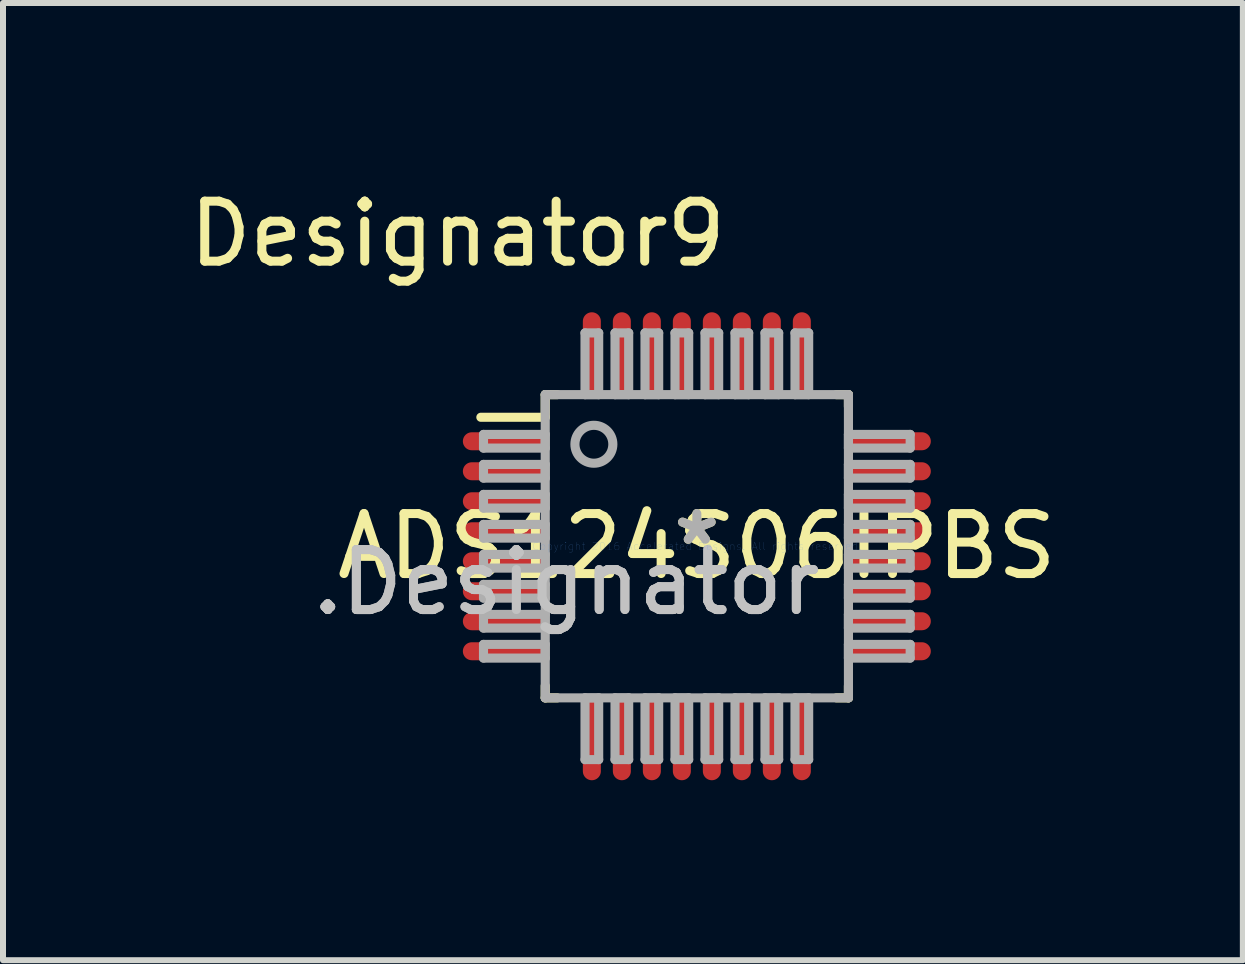
<source format=kicad_pcb>
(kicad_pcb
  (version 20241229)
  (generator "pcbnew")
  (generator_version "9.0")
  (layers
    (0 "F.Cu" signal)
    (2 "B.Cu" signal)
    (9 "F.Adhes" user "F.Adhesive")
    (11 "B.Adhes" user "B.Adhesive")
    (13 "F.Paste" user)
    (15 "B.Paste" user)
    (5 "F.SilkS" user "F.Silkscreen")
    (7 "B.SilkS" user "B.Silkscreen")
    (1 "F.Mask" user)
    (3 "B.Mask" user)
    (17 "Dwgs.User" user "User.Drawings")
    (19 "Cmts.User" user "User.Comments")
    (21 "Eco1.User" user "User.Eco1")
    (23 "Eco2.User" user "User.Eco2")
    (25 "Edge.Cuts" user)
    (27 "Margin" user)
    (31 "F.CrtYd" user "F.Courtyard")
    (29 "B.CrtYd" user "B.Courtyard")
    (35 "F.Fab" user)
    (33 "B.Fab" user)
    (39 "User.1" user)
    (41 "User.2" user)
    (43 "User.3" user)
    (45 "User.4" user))
  (footprint "ADS124S06IPBS"
    (layer "F.Cu")
    (at 8.565 6.055)
    (property "Reference" "ADS124S06IPBS" (at 0 0 0) (layer "F.SilkS") (effects (font (size 1 1) (thickness 0.15))))
    (attr through_hole)
    (fp_line (start -3.6 -2.15) (end -2.527 -2.15) (stroke (width 0.152) (type solid)) (layer "F.SilkS"))
    (fp_line (start -2.527 -2.527) (end -2.327 -2.527) (stroke (width 0.152) (type solid)) (layer "F.SilkS"))
    (fp_line (start -2.527 -2.15) (end -2.527 -2.527) (stroke (width 0.152) (type solid)) (layer "F.SilkS"))
    (fp_line (start -2.527 2.527) (end -2.527 2.327) (stroke (width 0.152) (type solid)) (layer "F.SilkS"))
    (fp_line (start -2.527 2.527) (end -2.327 2.527) (stroke (width 0.152) (type solid)) (layer "F.SilkS"))
    (fp_line (start 2.327 -2.527) (end 2.527 -2.527) (stroke (width 0.152) (type solid)) (layer "F.SilkS"))
    (fp_line (start 2.327 2.527) (end 2.527 2.527) (stroke (width 0.152) (type solid)) (layer "F.SilkS"))
    (fp_line (start 2.527 -2.327) (end 2.527 -2.527) (stroke (width 0.152) (type solid)) (layer "F.SilkS"))
    (fp_line (start 2.527 2.527) (end 2.527 2.327) (stroke (width 0.152) (type solid)) (layer "F.SilkS"))
    (fp_line (start -3.556 -1.864) (end -2.527 -1.864) (stroke (width 0.152) (type solid)) (layer "F.Fab"))
    (fp_line (start -3.556 -1.636) (end -3.556 -1.864) (stroke (width 0.152) (type solid)) (layer "F.Fab"))
    (fp_line (start -3.556 -1.636) (end -2.527 -1.636) (stroke (width 0.152) (type solid)) (layer "F.Fab"))
    (fp_line (start -3.556 -1.364) (end -2.527 -1.364) (stroke (width 0.152) (type solid)) (layer "F.Fab"))
    (fp_line (start -3.556 -1.136) (end -3.556 -1.364) (stroke (width 0.152) (type solid)) (layer "F.Fab"))
    (fp_line (start -3.556 -1.136) (end -2.527 -1.136) (stroke (width 0.152) (type solid)) (layer "F.Fab"))
    (fp_line (start -3.556 -0.864) (end -2.527 -0.864) (stroke (width 0.152) (type solid)) (layer "F.Fab"))
    (fp_line (start -3.556 -0.636) (end -3.556 -0.864) (stroke (width 0.152) (type solid)) (layer "F.Fab"))
    (fp_line (start -3.556 -0.636) (end -2.527 -0.636) (stroke (width 0.152) (type solid)) (layer "F.Fab"))
    (fp_line (start -3.556 -0.364) (end -2.527 -0.364) (stroke (width 0.152) (type solid)) (layer "F.Fab"))
    (fp_line (start -3.556 -0.136) (end -3.556 -0.364) (stroke (width 0.152) (type solid)) (layer "F.Fab"))
    (fp_line (start -3.556 -0.136) (end -2.527 -0.136) (stroke (width 0.152) (type solid)) (layer "F.Fab"))
    (fp_line (start -3.556 0.136) (end -2.527 0.136) (stroke (width 0.152) (type solid)) (layer "F.Fab"))
    (fp_line (start -3.556 0.364) (end -3.556 0.136) (stroke (width 0.152) (type solid)) (layer "F.Fab"))
    (fp_line (start -3.556 0.364) (end -2.527 0.364) (stroke (width 0.152) (type solid)) (layer "F.Fab"))
    (fp_line (start -3.556 0.636) (end -2.527 0.636) (stroke (width 0.152) (type solid)) (layer "F.Fab"))
    (fp_line (start -3.556 0.864) (end -3.556 0.636) (stroke (width 0.152) (type solid)) (layer "F.Fab"))
    (fp_line (start -3.556 0.864) (end -2.527 0.864) (stroke (width 0.152) (type solid)) (layer "F.Fab"))
    (fp_line (start -3.556 1.136) (end -2.527 1.136) (stroke (width 0.152) (type solid)) (layer "F.Fab"))
    (fp_line (start -3.556 1.364) (end -3.556 1.136) (stroke (width 0.152) (type solid)) (layer "F.Fab"))
    (fp_line (start -3.556 1.364) (end -2.527 1.364) (stroke (width 0.152) (type solid)) (layer "F.Fab"))
    (fp_line (start -3.556 1.636) (end -2.527 1.636) (stroke (width 0.152) (type solid)) (layer "F.Fab"))
    (fp_line (start -3.556 1.864) (end -3.556 1.636) (stroke (width 0.152) (type solid)) (layer "F.Fab"))
    (fp_line (start -3.556 1.864) (end -2.527 1.864) (stroke (width 0.152) (type solid)) (layer "F.Fab"))
    (fp_line (start -2.527 -2.527) (end 2.527 -2.527) (stroke (width 0.152) (type solid)) (layer "F.Fab"))
    (fp_line (start -2.527 -1.636) (end -2.527 -1.864) (stroke (width 0.152) (type solid)) (layer "F.Fab"))
    (fp_line (start -2.527 -1.136) (end -2.527 -1.364) (stroke (width 0.152) (type solid)) (layer "F.Fab"))
    (fp_line (start -2.527 -0.636) (end -2.527 -0.864) (stroke (width 0.152) (type solid)) (layer "F.Fab"))
    (fp_line (start -2.527 -0.136) (end -2.527 -0.364) (stroke (width 0.152) (type solid)) (layer "F.Fab"))
    (fp_line (start -2.527 0.364) (end -2.527 0.136) (stroke (width 0.152) (type solid)) (layer "F.Fab"))
    (fp_line (start -2.527 0.864) (end -2.527 0.636) (stroke (width 0.152) (type solid)) (layer "F.Fab"))
    (fp_line (start -2.527 1.364) (end -2.527 1.136) (stroke (width 0.152) (type solid)) (layer "F.Fab"))
    (fp_line (start -2.527 1.864) (end -2.527 1.636) (stroke (width 0.152) (type solid)) (layer "F.Fab"))
    (fp_line (start -2.527 2.527) (end -2.527 -2.527) (stroke (width 0.152) (type solid)) (layer "F.Fab"))
    (fp_line (start -2.527 2.527) (end 2.527 2.527) (stroke (width 0.152) (type solid)) (layer "F.Fab"))
    (fp_line (start -1.864 -3.556) (end -1.636 -3.556) (stroke (width 0.152) (type solid)) (layer "F.Fab"))
    (fp_line (start -1.864 -2.527) (end -1.864 -3.556) (stroke (width 0.152) (type solid)) (layer "F.Fab"))
    (fp_line (start -1.864 -2.527) (end -1.636 -2.527) (stroke (width 0.152) (type solid)) (layer "F.Fab"))
    (fp_line (start -1.864 2.527) (end -1.636 2.527) (stroke (width 0.152) (type solid)) (layer "F.Fab"))
    (fp_line (start -1.864 3.556) (end -1.864 2.527) (stroke (width 0.152) (type solid)) (layer "F.Fab"))
    (fp_line (start -1.864 3.556) (end -1.636 3.556) (stroke (width 0.152) (type solid)) (layer "F.Fab"))
    (fp_line (start -1.636 -2.527) (end -1.636 -3.556) (stroke (width 0.152) (type solid)) (layer "F.Fab"))
    (fp_line (start -1.636 3.556) (end -1.636 2.527) (stroke (width 0.152) (type solid)) (layer "F.Fab"))
    (fp_line (start -1.364 -3.556) (end -1.136 -3.556) (stroke (width 0.152) (type solid)) (layer "F.Fab"))
    (fp_line (start -1.364 -2.527) (end -1.364 -3.556) (stroke (width 0.152) (type solid)) (layer "F.Fab"))
    (fp_line (start -1.364 -2.527) (end -1.136 -2.527) (stroke (width 0.152) (type solid)) (layer "F.Fab"))
    (fp_line (start -1.364 2.527) (end -1.136 2.527) (stroke (width 0.152) (type solid)) (layer "F.Fab"))
    (fp_line (start -1.364 3.556) (end -1.364 2.527) (stroke (width 0.152) (type solid)) (layer "F.Fab"))
    (fp_line (start -1.364 3.556) (end -1.136 3.556) (stroke (width 0.152) (type solid)) (layer "F.Fab"))
    (fp_line (start -1.136 -2.527) (end -1.136 -3.556) (stroke (width 0.152) (type solid)) (layer "F.Fab"))
    (fp_line (start -1.136 3.556) (end -1.136 2.527) (stroke (width 0.152) (type solid)) (layer "F.Fab"))
    (fp_line (start -0.864 -3.556) (end -0.636 -3.556) (stroke (width 0.152) (type solid)) (layer "F.Fab"))
    (fp_line (start -0.864 -2.527) (end -0.864 -3.556) (stroke (width 0.152) (type solid)) (layer "F.Fab"))
    (fp_line (start -0.864 -2.527) (end -0.636 -2.527) (stroke (width 0.152) (type solid)) (layer "F.Fab"))
    (fp_line (start -0.864 2.527) (end -0.636 2.527) (stroke (width 0.152) (type solid)) (layer "F.Fab"))
    (fp_line (start -0.864 3.556) (end -0.864 2.527) (stroke (width 0.152) (type solid)) (layer "F.Fab"))
    (fp_line (start -0.864 3.556) (end -0.636 3.556) (stroke (width 0.152) (type solid)) (layer "F.Fab"))
    (fp_line (start -0.636 -2.527) (end -0.636 -3.556) (stroke (width 0.152) (type solid)) (layer "F.Fab"))
    (fp_line (start -0.636 3.556) (end -0.636 2.527) (stroke (width 0.152) (type solid)) (layer "F.Fab"))
    (fp_line (start -0.364 -3.556) (end -0.136 -3.556) (stroke (width 0.152) (type solid)) (layer "F.Fab"))
    (fp_line (start -0.364 -2.527) (end -0.364 -3.556) (stroke (width 0.152) (type solid)) (layer "F.Fab"))
    (fp_line (start -0.364 -2.527) (end -0.136 -2.527) (stroke (width 0.152) (type solid)) (layer "F.Fab"))
    (fp_line (start -0.364 2.527) (end -0.136 2.527) (stroke (width 0.152) (type solid)) (layer "F.Fab"))
    (fp_line (start -0.364 3.556) (end -0.364 2.527) (stroke (width 0.152) (type solid)) (layer "F.Fab"))
    (fp_line (start -0.364 3.556) (end -0.136 3.556) (stroke (width 0.152) (type solid)) (layer "F.Fab"))
    (fp_line (start -0.136 -2.527) (end -0.136 -3.556) (stroke (width 0.152) (type solid)) (layer "F.Fab"))
    (fp_line (start -0.136 3.556) (end -0.136 2.527) (stroke (width 0.152) (type solid)) (layer "F.Fab"))
    (fp_line (start 0.136 -3.556) (end 0.364 -3.556) (stroke (width 0.152) (type solid)) (layer "F.Fab"))
    (fp_line (start 0.136 -2.527) (end 0.136 -3.556) (stroke (width 0.152) (type solid)) (layer "F.Fab"))
    (fp_line (start 0.136 -2.527) (end 0.364 -2.527) (stroke (width 0.152) (type solid)) (layer "F.Fab"))
    (fp_line (start 0.136 2.527) (end 0.364 2.527) (stroke (width 0.152) (type solid)) (layer "F.Fab"))
    (fp_line (start 0.136 3.556) (end 0.136 2.527) (stroke (width 0.152) (type solid)) (layer "F.Fab"))
    (fp_line (start 0.136 3.556) (end 0.364 3.556) (stroke (width 0.152) (type solid)) (layer "F.Fab"))
    (fp_line (start 0.364 -2.527) (end 0.364 -3.556) (stroke (width 0.152) (type solid)) (layer "F.Fab"))
    (fp_line (start 0.364 3.556) (end 0.364 2.527) (stroke (width 0.152) (type solid)) (layer "F.Fab"))
    (fp_line (start 0.636 -3.556) (end 0.864 -3.556) (stroke (width 0.152) (type solid)) (layer "F.Fab"))
    (fp_line (start 0.636 -2.527) (end 0.636 -3.556) (stroke (width 0.152) (type solid)) (layer "F.Fab"))
    (fp_line (start 0.636 -2.527) (end 0.864 -2.527) (stroke (width 0.152) (type solid)) (layer "F.Fab"))
    (fp_line (start 0.636 2.527) (end 0.864 2.527) (stroke (width 0.152) (type solid)) (layer "F.Fab"))
    (fp_line (start 0.636 3.556) (end 0.636 2.527) (stroke (width 0.152) (type solid)) (layer "F.Fab"))
    (fp_line (start 0.636 3.556) (end 0.864 3.556) (stroke (width 0.152) (type solid)) (layer "F.Fab"))
    (fp_line (start 0.864 -2.527) (end 0.864 -3.556) (stroke (width 0.152) (type solid)) (layer "F.Fab"))
    (fp_line (start 0.864 3.556) (end 0.864 2.527) (stroke (width 0.152) (type solid)) (layer "F.Fab"))
    (fp_line (start 1.136 -3.556) (end 1.364 -3.556) (stroke (width 0.152) (type solid)) (layer "F.Fab"))
    (fp_line (start 1.136 -2.527) (end 1.136 -3.556) (stroke (width 0.152) (type solid)) (layer "F.Fab"))
    (fp_line (start 1.136 -2.527) (end 1.364 -2.527) (stroke (width 0.152) (type solid)) (layer "F.Fab"))
    (fp_line (start 1.136 2.527) (end 1.364 2.527) (stroke (width 0.152) (type solid)) (layer "F.Fab"))
    (fp_line (start 1.136 3.556) (end 1.136 2.527) (stroke (width 0.152) (type solid)) (layer "F.Fab"))
    (fp_line (start 1.136 3.556) (end 1.364 3.556) (stroke (width 0.152) (type solid)) (layer "F.Fab"))
    (fp_line (start 1.364 -2.527) (end 1.364 -3.556) (stroke (width 0.152) (type solid)) (layer "F.Fab"))
    (fp_line (start 1.364 3.556) (end 1.364 2.527) (stroke (width 0.152) (type solid)) (layer "F.Fab"))
    (fp_line (start 1.636 -3.556) (end 1.864 -3.556) (stroke (width 0.152) (type solid)) (layer "F.Fab"))
    (fp_line (start 1.636 -2.527) (end 1.636 -3.556) (stroke (width 0.152) (type solid)) (layer "F.Fab"))
    (fp_line (start 1.636 -2.527) (end 1.864 -2.527) (stroke (width 0.152) (type solid)) (layer "F.Fab"))
    (fp_line (start 1.636 2.527) (end 1.864 2.527) (stroke (width 0.152) (type solid)) (layer "F.Fab"))
    (fp_line (start 1.636 3.556) (end 1.636 2.527) (stroke (width 0.152) (type solid)) (layer "F.Fab"))
    (fp_line (start 1.636 3.556) (end 1.864 3.556) (stroke (width 0.152) (type solid)) (layer "F.Fab"))
    (fp_line (start 1.864 -2.527) (end 1.864 -3.556) (stroke (width 0.152) (type solid)) (layer "F.Fab"))
    (fp_line (start 1.864 3.556) (end 1.864 2.527) (stroke (width 0.152) (type solid)) (layer "F.Fab"))
    (fp_line (start 2.527 -1.864) (end 3.556 -1.864) (stroke (width 0.152) (type solid)) (layer "F.Fab"))
    (fp_line (start 2.527 -1.636) (end 2.527 -1.864) (stroke (width 0.152) (type solid)) (layer "F.Fab"))
    (fp_line (start 2.527 -1.636) (end 3.556 -1.636) (stroke (width 0.152) (type solid)) (layer "F.Fab"))
    (fp_line (start 2.527 -1.364) (end 3.556 -1.364) (stroke (width 0.152) (type solid)) (layer "F.Fab"))
    (fp_line (start 2.527 -1.136) (end 2.527 -1.364) (stroke (width 0.152) (type solid)) (layer "F.Fab"))
    (fp_line (start 2.527 -1.136) (end 3.556 -1.136) (stroke (width 0.152) (type solid)) (layer "F.Fab"))
    (fp_line (start 2.527 -0.864) (end 3.556 -0.864) (stroke (width 0.152) (type solid)) (layer "F.Fab"))
    (fp_line (start 2.527 -0.636) (end 2.527 -0.864) (stroke (width 0.152) (type solid)) (layer "F.Fab"))
    (fp_line (start 2.527 -0.636) (end 3.556 -0.636) (stroke (width 0.152) (type solid)) (layer "F.Fab"))
    (fp_line (start 2.527 -0.364) (end 3.556 -0.364) (stroke (width 0.152) (type solid)) (layer "F.Fab"))
    (fp_line (start 2.527 -0.136) (end 2.527 -0.364) (stroke (width 0.152) (type solid)) (layer "F.Fab"))
    (fp_line (start 2.527 -0.136) (end 3.556 -0.136) (stroke (width 0.152) (type solid)) (layer "F.Fab"))
    (fp_line (start 2.527 0.136) (end 3.556 0.136) (stroke (width 0.152) (type solid)) (layer "F.Fab"))
    (fp_line (start 2.527 0.364) (end 2.527 0.136) (stroke (width 0.152) (type solid)) (layer "F.Fab"))
    (fp_line (start 2.527 0.364) (end 3.556 0.364) (stroke (width 0.152) (type solid)) (layer "F.Fab"))
    (fp_line (start 2.527 0.636) (end 3.556 0.636) (stroke (width 0.152) (type solid)) (layer "F.Fab"))
    (fp_line (start 2.527 0.864) (end 2.527 0.636) (stroke (width 0.152) (type solid)) (layer "F.Fab"))
    (fp_line (start 2.527 0.864) (end 3.556 0.864) (stroke (width 0.152) (type solid)) (layer "F.Fab"))
    (fp_line (start 2.527 1.136) (end 3.556 1.136) (stroke (width 0.152) (type solid)) (layer "F.Fab"))
    (fp_line (start 2.527 1.364) (end 2.527 1.136) (stroke (width 0.152) (type solid)) (layer "F.Fab"))
    (fp_line (start 2.527 1.364) (end 3.556 1.364) (stroke (width 0.152) (type solid)) (layer "F.Fab"))
    (fp_line (start 2.527 1.636) (end 3.556 1.636) (stroke (width 0.152) (type solid)) (layer "F.Fab"))
    (fp_line (start 2.527 1.864) (end 2.527 1.636) (stroke (width 0.152) (type solid)) (layer "F.Fab"))
    (fp_line (start 2.527 1.864) (end 3.556 1.864) (stroke (width 0.152) (type solid)) (layer "F.Fab"))
    (fp_line (start 2.527 2.527) (end 2.527 -2.527) (stroke (width 0.152) (type solid)) (layer "F.Fab"))
    (fp_line (start 3.556 -1.636) (end 3.556 -1.864) (stroke (width 0.152) (type solid)) (layer "F.Fab"))
    (fp_line (start 3.556 -1.136) (end 3.556 -1.364) (stroke (width 0.152) (type solid)) (layer "F.Fab"))
    (fp_line (start 3.556 -0.636) (end 3.556 -0.864) (stroke (width 0.152) (type solid)) (layer "F.Fab"))
    (fp_line (start 3.556 -0.136) (end 3.556 -0.364) (stroke (width 0.152) (type solid)) (layer "F.Fab"))
    (fp_line (start 3.556 0.364) (end 3.556 0.136) (stroke (width 0.152) (type solid)) (layer "F.Fab"))
    (fp_line (start 3.556 0.864) (end 3.556 0.636) (stroke (width 0.152) (type solid)) (layer "F.Fab"))
    (fp_line (start 3.556 1.364) (end 3.556 1.136) (stroke (width 0.152) (type solid)) (layer "F.Fab"))
    (fp_line (start 3.556 1.864) (end 3.556 1.636) (stroke (width 0.152) (type solid)) (layer "F.Fab"))
    (fp_circle (center -1.716 -1.7) (end -1.4 -1.7) (stroke (width 0.152) (type solid)) (fill no) (layer "F.Fab"))
    (fp_text user "Designator9" (at -3.988 -5.207 0) (layer "F.SilkS") (effects (font (size 1 1) (thickness 0.15))))
    (fp_text user "*" (at 0 0 0) (layer "F.SilkS") (effects (font (size 1 1) (thickness 0.15))))
    (fp_text user ".Designator" (at -2.175 0.6 0) (layer "Dwgs.User") (effects (font (size 1 1) (thickness 0.15))))
    (fp_text user "Copyright 2016 Accelerated Designs. All rights reserved." (at 0 0 0) (layer "Cmts.User") (effects (font (size 0.127 0.127) (thickness 0.002))))
    (fp_text user "*" (at 0 0 0) (layer "F.Fab") (effects (font (size 1 1) (thickness 0.15))))
    (fp_text user ".Designator" (at -2.175 0.6 0) (layer "F.Fab") (effects (font (size 1 1) (thickness 0.15))))
    (pad "1" smd oval (at -3.2 -1.75 90) (size 0.3 1.4) (layers "F.Cu" "F.Mask" "F.Paste"))
    (pad "2" smd oval (at -3.2 -1.25 90) (size 0.3 1.4) (layers "F.Cu" "F.Mask" "F.Paste"))
    (pad "3" smd oval (at -3.2 -0.75 90) (size 0.3 1.4) (layers "F.Cu" "F.Mask" "F.Paste"))
    (pad "4" smd oval (at -3.2 -0.25 90) (size 0.3 1.4) (layers "F.Cu" "F.Mask" "F.Paste"))
    (pad "5" smd oval (at -3.2 0.25 90) (size 0.3 1.4) (layers "F.Cu" "F.Mask" "F.Paste"))
    (pad "6" smd oval (at -3.2 0.75 90) (size 0.3 1.4) (layers "F.Cu" "F.Mask" "F.Paste"))
    (pad "7" smd oval (at -3.2 1.25 90) (size 0.3 1.4) (layers "F.Cu" "F.Mask" "F.Paste"))
    (pad "8" smd oval (at -3.2 1.75 90) (size 0.3 1.4) (layers "F.Cu" "F.Mask" "F.Paste"))
    (pad "9" smd oval (at -1.75 3.2) (size 0.3 1.4) (layers "F.Cu" "F.Mask" "F.Paste"))
    (pad "10" smd oval (at -1.25 3.2) (size 0.3 1.4) (layers "F.Cu" "F.Mask" "F.Paste"))
    (pad "11" smd oval (at -0.75 3.2) (size 0.3 1.4) (layers "F.Cu" "F.Mask" "F.Paste"))
    (pad "12" smd oval (at -0.25 3.2) (size 0.3 1.4) (layers "F.Cu" "F.Mask" "F.Paste"))
    (pad "13" smd oval (at 0.25 3.2) (size 0.3 1.4) (layers "F.Cu" "F.Mask" "F.Paste"))
    (pad "14" smd oval (at 0.75 3.2) (size 0.3 1.4) (layers "F.Cu" "F.Mask" "F.Paste"))
    (pad "15" smd oval (at 1.25 3.2) (size 0.3 1.4) (layers "F.Cu" "F.Mask" "F.Paste"))
    (pad "16" smd oval (at 1.75 3.2) (size 0.3 1.4) (layers "F.Cu" "F.Mask" "F.Paste"))
    (pad "17" smd oval (at 3.2 1.75 90) (size 0.3 1.4) (layers "F.Cu" "F.Mask" "F.Paste"))
    (pad "18" smd oval (at 3.2 1.25 90) (size 0.3 1.4) (layers "F.Cu" "F.Mask" "F.Paste"))
    (pad "19" smd oval (at 3.2 0.75 90) (size 0.3 1.4) (layers "F.Cu" "F.Mask" "F.Paste"))
    (pad "20" smd oval (at 3.2 0.25 90) (size 0.3 1.4) (layers "F.Cu" "F.Mask" "F.Paste"))
    (pad "21" smd oval (at 3.2 -0.25 90) (size 0.3 1.4) (layers "F.Cu" "F.Mask" "F.Paste"))
    (pad "22" smd oval (at 3.2 -0.75 90) (size 0.3 1.4) (layers "F.Cu" "F.Mask" "F.Paste"))
    (pad "23" smd oval (at 3.2 -1.25 90) (size 0.3 1.4) (layers "F.Cu" "F.Mask" "F.Paste"))
    (pad "24" smd oval (at 3.2 -1.75 90) (size 0.3 1.4) (layers "F.Cu" "F.Mask" "F.Paste"))
    (pad "25" smd oval (at 1.75 -3.2) (size 0.3 1.4) (layers "F.Cu" "F.Mask" "F.Paste"))
    (pad "26" smd oval (at 1.25 -3.2) (size 0.3 1.4) (layers "F.Cu" "F.Mask" "F.Paste"))
    (pad "27" smd oval (at 0.75 -3.2) (size 0.3 1.4) (layers "F.Cu" "F.Mask" "F.Paste"))
    (pad "28" smd oval (at 0.25 -3.2) (size 0.3 1.4) (layers "F.Cu" "F.Mask" "F.Paste"))
    (pad "29" smd oval (at -0.25 -3.2) (size 0.3 1.4) (layers "F.Cu" "F.Mask" "F.Paste"))
    (pad "30" smd oval (at -0.75 -3.2) (size 0.3 1.4) (layers "F.Cu" "F.Mask" "F.Paste"))
    (pad "31" smd oval (at -1.25 -3.2) (size 0.3 1.4) (layers "F.Cu" "F.Mask" "F.Paste"))
    (pad "32" smd oval (at -1.75 -3.2) (size 0.3 1.4) (layers "F.Cu" "F.Mask" "F.Paste")))
  (gr_rect
    (start -3 -3)
    (end 17.666 12.955)
    (stroke (width 0.1) (type default))
    (fill no)
    (layer "Edge.Cuts")))
</source>
